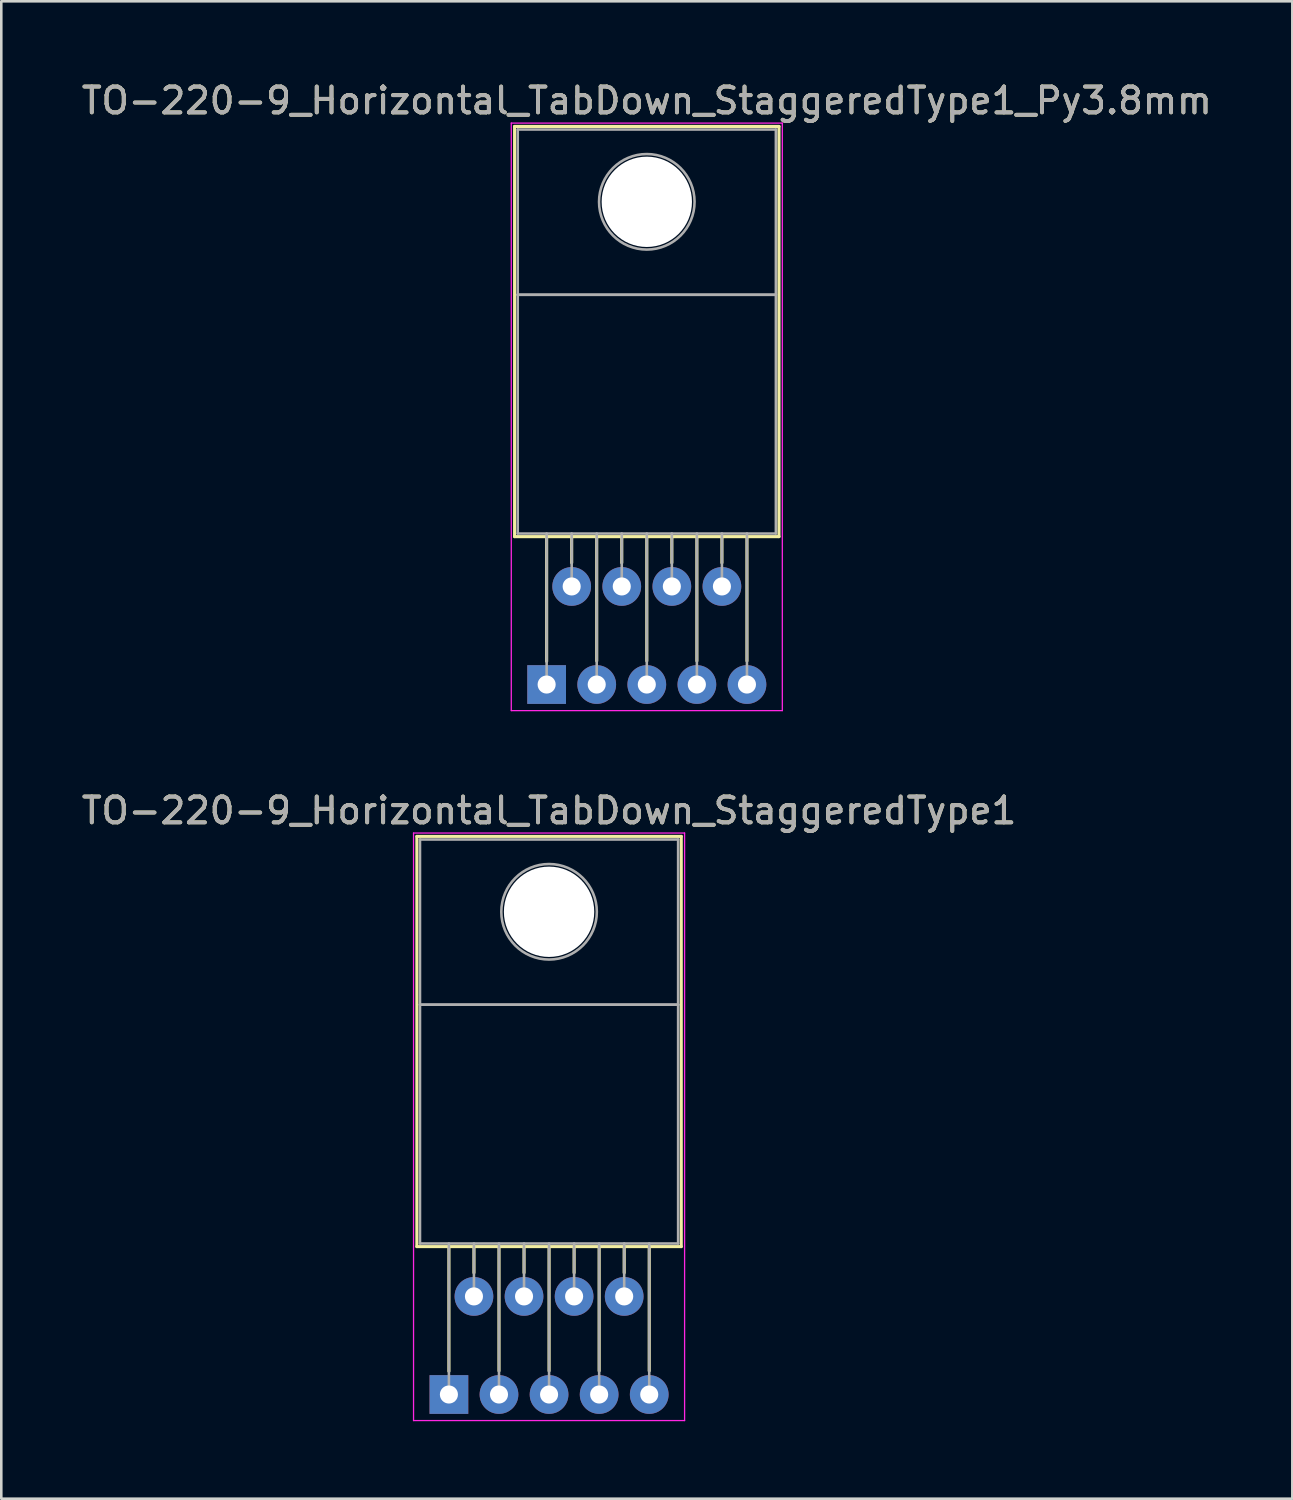
<source format=kicad_pcb>
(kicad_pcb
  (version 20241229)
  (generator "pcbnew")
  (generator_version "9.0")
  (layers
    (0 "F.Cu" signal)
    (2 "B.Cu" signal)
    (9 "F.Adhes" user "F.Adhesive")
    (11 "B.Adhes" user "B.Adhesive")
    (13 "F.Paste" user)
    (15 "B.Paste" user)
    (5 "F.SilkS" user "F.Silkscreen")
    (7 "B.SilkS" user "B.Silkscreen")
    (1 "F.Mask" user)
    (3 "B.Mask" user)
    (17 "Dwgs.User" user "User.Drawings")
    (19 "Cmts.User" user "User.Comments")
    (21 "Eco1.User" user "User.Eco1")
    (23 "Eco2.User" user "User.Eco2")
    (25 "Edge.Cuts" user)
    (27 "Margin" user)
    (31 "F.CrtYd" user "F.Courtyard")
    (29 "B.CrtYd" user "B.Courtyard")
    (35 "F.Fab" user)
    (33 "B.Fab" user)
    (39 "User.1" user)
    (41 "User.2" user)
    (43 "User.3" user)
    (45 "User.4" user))
  (footprint "TO-220-9_Horizontal_TabDown_StaggeredType1_Py3.8mm"
    (layer "F.Cu")
    (at 18.126 23.468)
    (property "Reference" "TO-220-9_Horizontal_TabDown_StaggeredType1_Py3.8mm" (at 3.88 -22.62 0) (layer "F.SilkS") (effects (font (size 1 1) (thickness 0.15))))
    (attr through_hole)
    (fp_line (start -1.241 -21.62) (end -1.241 -5.73) (stroke (width 0.12) (type solid)) (layer "F.SilkS"))
    (fp_line (start -1.241 -21.62) (end 9 -21.62) (stroke (width 0.12) (type solid)) (layer "F.SilkS"))
    (fp_line (start -1.241 -5.73) (end 9 -5.73) (stroke (width 0.12) (type solid)) (layer "F.SilkS"))
    (fp_line (start 0 -5.73) (end 0 -0.9) (stroke (width 0.12) (type solid)) (layer "F.SilkS"))
    (fp_line (start 0.97 -5.73) (end 0.97 -4.716) (stroke (width 0.12) (type solid)) (layer "F.SilkS"))
    (fp_line (start 1.94 -5.73) (end 1.94 -0.915) (stroke (width 0.12) (type solid)) (layer "F.SilkS"))
    (fp_line (start 2.91 -5.73) (end 2.91 -4.716) (stroke (width 0.12) (type solid)) (layer "F.SilkS"))
    (fp_line (start 3.88 -5.73) (end 3.88 -0.915) (stroke (width 0.12) (type solid)) (layer "F.SilkS"))
    (fp_line (start 4.85 -5.73) (end 4.85 -4.716) (stroke (width 0.12) (type solid)) (layer "F.SilkS"))
    (fp_line (start 5.82 -5.73) (end 5.82 -0.915) (stroke (width 0.12) (type solid)) (layer "F.SilkS"))
    (fp_line (start 6.79 -5.73) (end 6.79 -4.716) (stroke (width 0.12) (type solid)) (layer "F.SilkS"))
    (fp_line (start 7.76 -5.73) (end 7.76 -0.915) (stroke (width 0.12) (type solid)) (layer "F.SilkS"))
    (fp_line (start 9 -21.62) (end 9 -5.73) (stroke (width 0.12) (type solid)) (layer "F.SilkS"))
    (fp_line (start -1.37 -21.75) (end -1.37 1.01) (stroke (width 0.05) (type solid)) (layer "F.CrtYd"))
    (fp_line (start -1.37 1.01) (end 9.13 1.01) (stroke (width 0.05) (type solid)) (layer "F.CrtYd"))
    (fp_line (start 9.13 -21.75) (end -1.37 -21.75) (stroke (width 0.05) (type solid)) (layer "F.CrtYd"))
    (fp_line (start 9.13 1.01) (end 9.13 -21.75) (stroke (width 0.05) (type solid)) (layer "F.CrtYd"))
    (fp_line (start -1.12 -21.5) (end 8.88 -21.5) (stroke (width 0.1) (type solid)) (layer "F.Fab"))
    (fp_line (start -1.12 -15.1) (end -1.12 -21.5) (stroke (width 0.1) (type solid)) (layer "F.Fab"))
    (fp_line (start -1.12 -15.1) (end 8.88 -15.1) (stroke (width 0.1) (type solid)) (layer "F.Fab"))
    (fp_line (start -1.12 -5.85) (end -1.12 -15.1) (stroke (width 0.1) (type solid)) (layer "F.Fab"))
    (fp_line (start 0 -5.85) (end 0 0) (stroke (width 0.1) (type solid)) (layer "F.Fab"))
    (fp_line (start 0.97 -5.85) (end 0.97 -3.8) (stroke (width 0.1) (type solid)) (layer "F.Fab"))
    (fp_line (start 1.94 -5.85) (end 1.94 0) (stroke (width 0.1) (type solid)) (layer "F.Fab"))
    (fp_line (start 2.91 -5.85) (end 2.91 -3.8) (stroke (width 0.1) (type solid)) (layer "F.Fab"))
    (fp_line (start 3.88 -5.85) (end 3.88 0) (stroke (width 0.1) (type solid)) (layer "F.Fab"))
    (fp_line (start 4.85 -5.85) (end 4.85 -3.8) (stroke (width 0.1) (type solid)) (layer "F.Fab"))
    (fp_line (start 5.82 -5.85) (end 5.82 0) (stroke (width 0.1) (type solid)) (layer "F.Fab"))
    (fp_line (start 6.79 -5.85) (end 6.79 -3.8) (stroke (width 0.1) (type solid)) (layer "F.Fab"))
    (fp_line (start 7.76 -5.85) (end 7.76 0) (stroke (width 0.1) (type solid)) (layer "F.Fab"))
    (fp_line (start 8.88 -21.5) (end 8.88 -15.1) (stroke (width 0.1) (type solid)) (layer "F.Fab"))
    (fp_line (start 8.88 -15.1) (end -1.12 -15.1) (stroke (width 0.1) (type solid)) (layer "F.Fab"))
    (fp_line (start 8.88 -15.1) (end 8.88 -5.85) (stroke (width 0.1) (type solid)) (layer "F.Fab"))
    (fp_line (start 8.88 -5.85) (end -1.12 -5.85) (stroke (width 0.1) (type solid)) (layer "F.Fab"))
    (fp_circle (center 3.88 -18.7) (end 5.73 -18.7) (stroke (width 0.1) (type solid)) (fill no) (layer "F.Fab"))
    (fp_text user "${REFERENCE}" (at 3.88 -22.62 0) (layer "F.Fab") (effects (font (size 1 1) (thickness 0.15))))
    (pad "" np_thru_hole oval (at 3.88 -18.7) (size 3.5 3.5) (drill 3.5) (layers "*.Cu" "*.Mask"))
    (pad "1" thru_hole rect (at 0 0) (size 1.5 1.5) (drill 0.7) (layers "*.Cu" "*.Mask"))
    (pad "2" thru_hole oval (at 0.97 -3.8) (size 1.5 1.5) (drill 0.7) (layers "*.Cu" "*.Mask"))
    (pad "3" thru_hole oval (at 1.94 0) (size 1.5 1.5) (drill 0.7) (layers "*.Cu" "*.Mask"))
    (pad "4" thru_hole oval (at 2.91 -3.8) (size 1.5 1.5) (drill 0.7) (layers "*.Cu" "*.Mask"))
    (pad "5" thru_hole oval (at 3.88 0) (size 1.5 1.5) (drill 0.7) (layers "*.Cu" "*.Mask"))
    (pad "6" thru_hole oval (at 4.85 -3.8) (size 1.5 1.5) (drill 0.7) (layers "*.Cu" "*.Mask"))
    (pad "7" thru_hole oval (at 5.82 0) (size 1.5 1.5) (drill 0.7) (layers "*.Cu" "*.Mask"))
    (pad "8" thru_hole oval (at 6.79 -3.8) (size 1.5 1.5) (drill 0.7) (layers "*.Cu" "*.Mask"))
    (pad "9" thru_hole oval (at 7.76 0) (size 1.5 1.5) (drill 0.7) (layers "*.Cu" "*.Mask")))
  (footprint "TO-220-9_Horizontal_TabDown_StaggeredType1"
    (layer "F.Cu")
    (at 14.34 50.971)
    (property "Reference" "TO-220-9_Horizontal_TabDown_StaggeredType1" (at 3.88 -22.62 0) (layer "F.SilkS") (effects (font (size 1 1) (thickness 0.15))))
    (attr through_hole)
    (fp_line (start -1.241 -21.62) (end -1.241 -5.73) (stroke (width 0.12) (type solid)) (layer "F.SilkS"))
    (fp_line (start -1.241 -21.62) (end 9 -21.62) (stroke (width 0.12) (type solid)) (layer "F.SilkS"))
    (fp_line (start -1.241 -5.73) (end 9 -5.73) (stroke (width 0.12) (type solid)) (layer "F.SilkS"))
    (fp_line (start 0 -5.73) (end 0 -0.9) (stroke (width 0.12) (type solid)) (layer "F.SilkS"))
    (fp_line (start 0.97 -5.73) (end 0.97 -4.716) (stroke (width 0.12) (type solid)) (layer "F.SilkS"))
    (fp_line (start 1.94 -5.73) (end 1.94 -0.915) (stroke (width 0.12) (type solid)) (layer "F.SilkS"))
    (fp_line (start 2.91 -5.73) (end 2.91 -4.716) (stroke (width 0.12) (type solid)) (layer "F.SilkS"))
    (fp_line (start 3.88 -5.73) (end 3.88 -0.915) (stroke (width 0.12) (type solid)) (layer "F.SilkS"))
    (fp_line (start 4.85 -5.73) (end 4.85 -4.716) (stroke (width 0.12) (type solid)) (layer "F.SilkS"))
    (fp_line (start 5.82 -5.73) (end 5.82 -0.915) (stroke (width 0.12) (type solid)) (layer "F.SilkS"))
    (fp_line (start 6.79 -5.73) (end 6.79 -4.716) (stroke (width 0.12) (type solid)) (layer "F.SilkS"))
    (fp_line (start 7.76 -5.73) (end 7.76 -0.915) (stroke (width 0.12) (type solid)) (layer "F.SilkS"))
    (fp_line (start 9 -21.62) (end 9 -5.73) (stroke (width 0.12) (type solid)) (layer "F.SilkS"))
    (fp_line (start -1.37 -21.75) (end -1.37 1.01) (stroke (width 0.05) (type solid)) (layer "F.CrtYd"))
    (fp_line (start -1.37 1.01) (end 9.13 1.01) (stroke (width 0.05) (type solid)) (layer "F.CrtYd"))
    (fp_line (start 9.13 -21.75) (end -1.37 -21.75) (stroke (width 0.05) (type solid)) (layer "F.CrtYd"))
    (fp_line (start 9.13 1.01) (end 9.13 -21.75) (stroke (width 0.05) (type solid)) (layer "F.CrtYd"))
    (fp_line (start -1.12 -21.5) (end 8.88 -21.5) (stroke (width 0.1) (type solid)) (layer "F.Fab"))
    (fp_line (start -1.12 -15.1) (end -1.12 -21.5) (stroke (width 0.1) (type solid)) (layer "F.Fab"))
    (fp_line (start -1.12 -15.1) (end 8.88 -15.1) (stroke (width 0.1) (type solid)) (layer "F.Fab"))
    (fp_line (start -1.12 -5.85) (end -1.12 -15.1) (stroke (width 0.1) (type solid)) (layer "F.Fab"))
    (fp_line (start 0 -5.85) (end 0 0) (stroke (width 0.1) (type solid)) (layer "F.Fab"))
    (fp_line (start 0.97 -5.85) (end 0.97 -3.8) (stroke (width 0.1) (type solid)) (layer "F.Fab"))
    (fp_line (start 1.94 -5.85) (end 1.94 0) (stroke (width 0.1) (type solid)) (layer "F.Fab"))
    (fp_line (start 2.91 -5.85) (end 2.91 -3.8) (stroke (width 0.1) (type solid)) (layer "F.Fab"))
    (fp_line (start 3.88 -5.85) (end 3.88 0) (stroke (width 0.1) (type solid)) (layer "F.Fab"))
    (fp_line (start 4.85 -5.85) (end 4.85 -3.8) (stroke (width 0.1) (type solid)) (layer "F.Fab"))
    (fp_line (start 5.82 -5.85) (end 5.82 0) (stroke (width 0.1) (type solid)) (layer "F.Fab"))
    (fp_line (start 6.79 -5.85) (end 6.79 -3.8) (stroke (width 0.1) (type solid)) (layer "F.Fab"))
    (fp_line (start 7.76 -5.85) (end 7.76 0) (stroke (width 0.1) (type solid)) (layer "F.Fab"))
    (fp_line (start 8.88 -21.5) (end 8.88 -15.1) (stroke (width 0.1) (type solid)) (layer "F.Fab"))
    (fp_line (start 8.88 -15.1) (end -1.12 -15.1) (stroke (width 0.1) (type solid)) (layer "F.Fab"))
    (fp_line (start 8.88 -15.1) (end 8.88 -5.85) (stroke (width 0.1) (type solid)) (layer "F.Fab"))
    (fp_line (start 8.88 -5.85) (end -1.12 -5.85) (stroke (width 0.1) (type solid)) (layer "F.Fab"))
    (fp_circle (center 3.88 -18.7) (end 5.73 -18.7) (stroke (width 0.1) (type solid)) (fill no) (layer "F.Fab"))
    (fp_text user "${REFERENCE}" (at 3.88 -22.62 0) (layer "F.Fab") (effects (font (size 1 1) (thickness 0.15))))
    (pad "" np_thru_hole oval (at 3.88 -18.7) (size 3.5 3.5) (drill 3.5) (layers "*.Cu" "*.Mask"))
    (pad "1" thru_hole rect (at 0 0) (size 1.5 1.5) (drill 0.7) (layers "*.Cu" "*.Mask"))
    (pad "2" thru_hole oval (at 0.97 -3.8) (size 1.5 1.5) (drill 0.7) (layers "*.Cu" "*.Mask"))
    (pad "3" thru_hole oval (at 1.94 0) (size 1.5 1.5) (drill 0.7) (layers "*.Cu" "*.Mask"))
    (pad "4" thru_hole oval (at 2.91 -3.8) (size 1.5 1.5) (drill 0.7) (layers "*.Cu" "*.Mask"))
    (pad "5" thru_hole oval (at 3.88 0) (size 1.5 1.5) (drill 0.7) (layers "*.Cu" "*.Mask"))
    (pad "6" thru_hole oval (at 4.85 -3.8) (size 1.5 1.5) (drill 0.7) (layers "*.Cu" "*.Mask"))
    (pad "7" thru_hole oval (at 5.82 0) (size 1.5 1.5) (drill 0.7) (layers "*.Cu" "*.Mask"))
    (pad "8" thru_hole oval (at 6.79 -3.8) (size 1.5 1.5) (drill 0.7) (layers "*.Cu" "*.Mask"))
    (pad "9" thru_hole oval (at 7.76 0) (size 1.5 1.5) (drill 0.7) (layers "*.Cu" "*.Mask")))
  (gr_rect
    (start -3 -3)
    (end 47.012 55.007)
    (stroke (width 0.1) (type default))
    (fill no)
    (layer "Edge.Cuts")))
</source>
